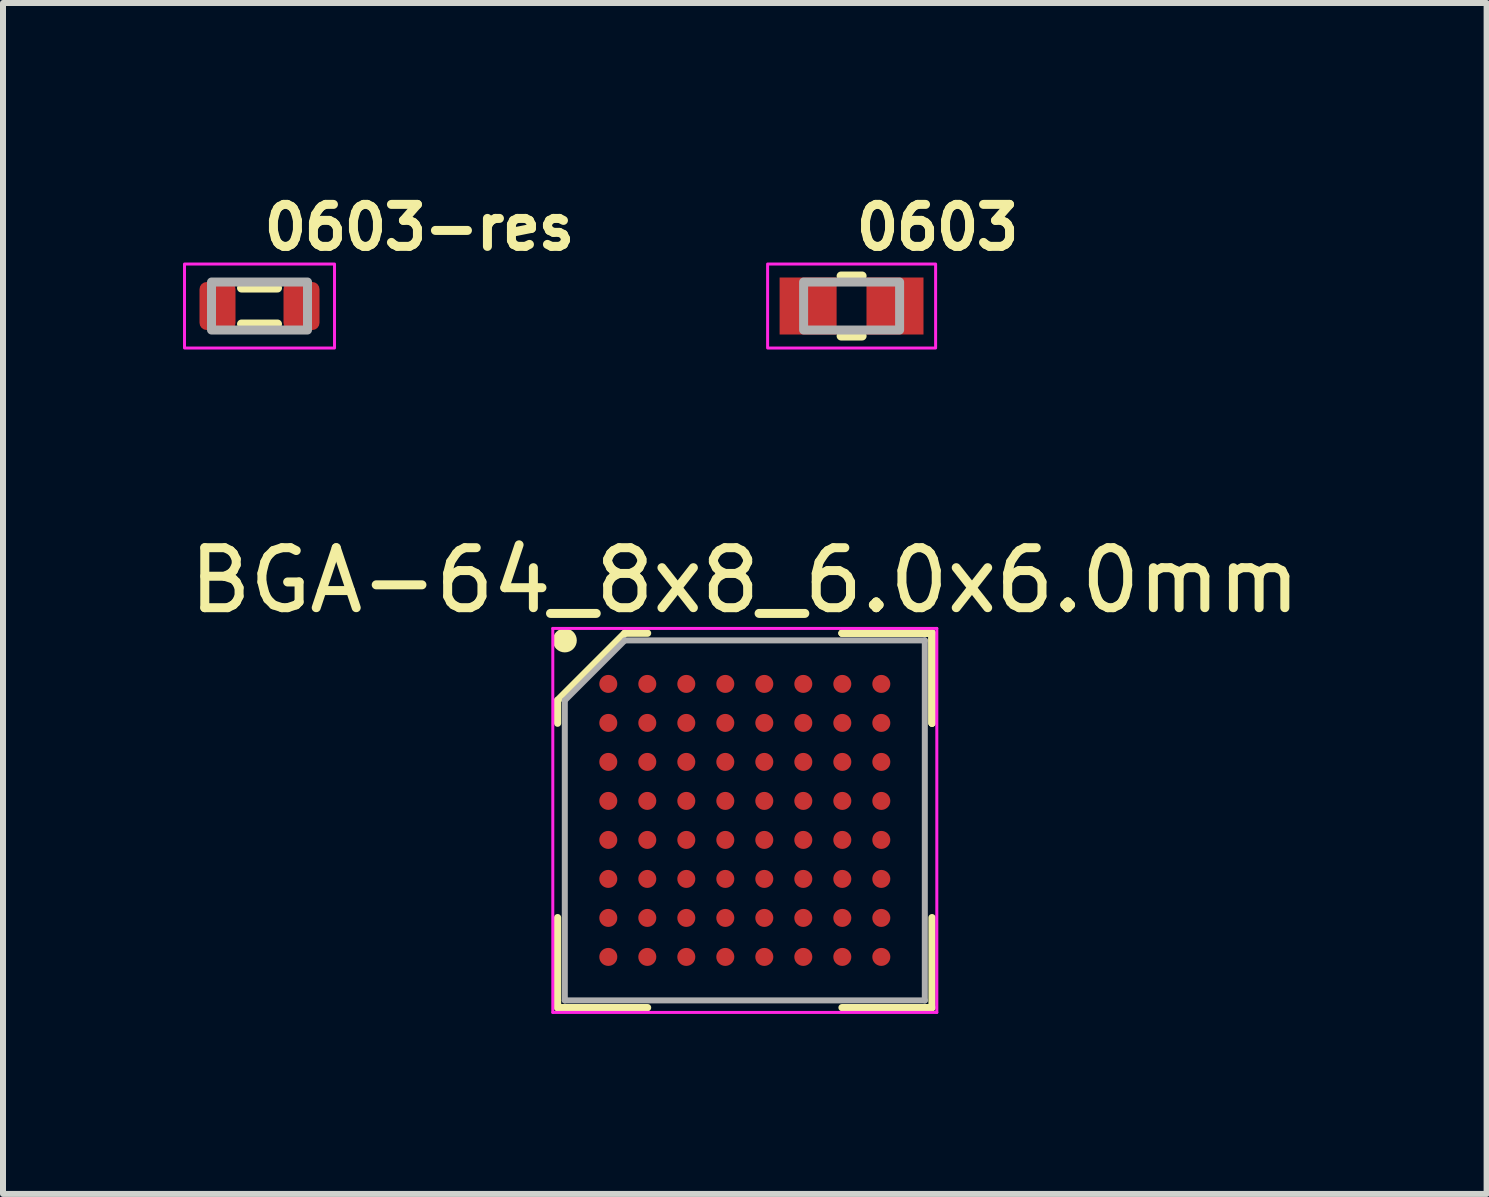
<source format=kicad_pcb>
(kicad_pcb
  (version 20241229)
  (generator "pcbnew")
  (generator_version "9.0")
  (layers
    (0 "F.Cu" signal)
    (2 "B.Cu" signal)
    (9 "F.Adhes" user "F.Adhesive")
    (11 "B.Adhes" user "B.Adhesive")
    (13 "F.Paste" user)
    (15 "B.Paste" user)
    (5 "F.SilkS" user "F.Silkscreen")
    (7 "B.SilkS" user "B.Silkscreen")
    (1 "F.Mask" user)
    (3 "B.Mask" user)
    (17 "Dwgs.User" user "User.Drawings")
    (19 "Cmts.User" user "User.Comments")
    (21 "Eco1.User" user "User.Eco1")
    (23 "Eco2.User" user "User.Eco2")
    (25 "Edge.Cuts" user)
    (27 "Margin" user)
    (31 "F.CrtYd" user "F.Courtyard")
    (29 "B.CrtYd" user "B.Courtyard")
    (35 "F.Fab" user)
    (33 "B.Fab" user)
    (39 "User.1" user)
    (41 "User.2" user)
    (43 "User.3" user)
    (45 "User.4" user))
  (footprint "0603"
    (layer "F.Cu")
    (at 11.143 2.05)
    (property "Reference" "0603" (at 0 -0.9 0) (layer "F.SilkS") (effects (font (size 0.7 0.7) (thickness 0.15)) (justify left bottom)))
    (attr smd)
    (fp_line (start -0.175 -0.5) (end 0.175 -0.5) (stroke (width 0.15) (type solid)) (layer "F.SilkS"))
    (fp_line (start -0.175 0.5) (end 0.175 0.5) (stroke (width 0.15) (type solid)) (layer "F.SilkS"))
    (fp_rect (start -1.4 -0.7) (end 1.4 0.7) (stroke (width 0.05) (type solid)) (fill no) (layer "F.CrtYd"))
    (fp_rect (start -0.8 -0.4) (end 0.8 0.4) (stroke (width 0.15) (type solid)) (fill no) (layer "F.Fab"))
    (fp_rect (start -0.8 -0.4) (end 0.8 0.4) (stroke (width 0.1) (type solid)) (fill no) (layer "User.5"))
    (fp_line (start -0.802 -0.398) (end -0.802 0.396) (stroke (width 0.02) (type solid)) (layer "User.9"))
    (fp_line (start -0.802 -0.398) (end -0.5 -0.398) (stroke (width 0.02) (type solid)) (layer "User.9"))
    (fp_line (start -0.5 -0.402) (end -0.5 0.4) (stroke (width 0.02) (type solid)) (layer "User.9"))
    (fp_line (start -0.5 -0.402) (end 0.498 -0.402) (stroke (width 0.02) (type solid)) (layer "User.9"))
    (fp_line (start -0.5 0.396) (end -0.802 0.396) (stroke (width 0.02) (type solid)) (layer "User.9"))
    (fp_line (start 0.498 -0.402) (end 0.498 0.4) (stroke (width 0.02) (type solid)) (layer "User.9"))
    (fp_line (start 0.498 -0.398) (end 0.8 -0.398) (stroke (width 0.02) (type solid)) (layer "User.9"))
    (fp_line (start 0.498 0.4) (end -0.5 0.4) (stroke (width 0.02) (type solid)) (layer "User.9"))
    (fp_line (start 0.8 -0.398) (end 0.8 0.396) (stroke (width 0.02) (type solid)) (layer "User.9"))
    (fp_line (start 0.8 0.396) (end 0.498 0.396) (stroke (width 0.02) (type solid)) (layer "User.9"))
    (pad "1" smd rect (at -0.725 0 90) (size 0.95 0.95) (layers "F.Cu" "F.Mask" "F.Paste"))
    (pad "2" smd rect (at 0.723 0 90) (size 0.95 0.95) (layers "F.Cu" "F.Mask" "F.Paste")))
  (footprint "BGA-64_8x8_6.0x6.0mm"
    (layer "F.Cu")
    (at 9.363 10.623)
    (property "Reference" "BGA-64_8x8_6.0x6.0mm" (at 0 -4 0) (layer "F.SilkS") (effects (font (size 1 1) (thickness 0.15))))
    (attr through_hole)
    (fp_line (start -3.12 -2) (end -3.12 -1.62) (stroke (width 0.12) (type solid)) (layer "F.SilkS"))
    (fp_line (start -3.12 3.12) (end -3.12 1.62) (stroke (width 0.12) (type solid)) (layer "F.SilkS"))
    (fp_line (start -2 -3.12) (end -3.12 -2) (stroke (width 0.12) (type solid)) (layer "F.SilkS"))
    (fp_line (start -1.62 -3.12) (end -2 -3.12) (stroke (width 0.12) (type solid)) (layer "F.SilkS"))
    (fp_line (start -1.62 3.12) (end -3.12 3.12) (stroke (width 0.12) (type solid)) (layer "F.SilkS"))
    (fp_line (start 1.62 -3.12) (end 3.12 -3.12) (stroke (width 0.12) (type solid)) (layer "F.SilkS"))
    (fp_line (start 1.62 -3.12) (end 3.12 -3.12) (stroke (width 0.12) (type solid)) (layer "F.SilkS"))
    (fp_line (start 1.62 -3.12) (end 3.12 -3.12) (stroke (width 0.12) (type solid)) (layer "F.SilkS"))
    (fp_line (start 1.62 3.12) (end 3.12 3.12) (stroke (width 0.12) (type solid)) (layer "F.SilkS"))
    (fp_line (start 3.12 -3.12) (end 3.12 -1.62) (stroke (width 0.12) (type solid)) (layer "F.SilkS"))
    (fp_line (start 3.12 -3.12) (end 3.12 -1.62) (stroke (width 0.12) (type solid)) (layer "F.SilkS"))
    (fp_line (start 3.12 -3.12) (end 3.12 -1.62) (stroke (width 0.12) (type solid)) (layer "F.SilkS"))
    (fp_line (start 3.12 3.12) (end 3.12 1.62) (stroke (width 0.12) (type solid)) (layer "F.SilkS"))
    (fp_circle (center -3 -3) (end -3 -2.9) (stroke (width 0.2) (type solid)) (fill no) (layer "F.SilkS"))
    (fp_line (start -3.2 -3.2) (end 3.2 -3.2) (stroke (width 0.05) (type solid)) (layer "F.CrtYd"))
    (fp_line (start -3.2 3.2) (end -3.2 -3.2) (stroke (width 0.05) (type solid)) (layer "F.CrtYd"))
    (fp_line (start 3.2 -3.2) (end 3.2 3.2) (stroke (width 0.05) (type solid)) (layer "F.CrtYd"))
    (fp_line (start 3.2 3.2) (end -3.2 3.2) (stroke (width 0.05) (type solid)) (layer "F.CrtYd"))
    (fp_line (start -3 -2) (end -3 3) (stroke (width 0.1) (type solid)) (layer "F.Fab"))
    (fp_line (start -3 3) (end 3 3) (stroke (width 0.1) (type solid)) (layer "F.Fab"))
    (fp_line (start -2 -3) (end -3 -2) (stroke (width 0.1) (type solid)) (layer "F.Fab"))
    (fp_line (start 3 -3) (end -2 -3) (stroke (width 0.1) (type solid)) (layer "F.Fab"))
    (fp_line (start 3 3) (end 3 -3) (stroke (width 0.1) (type solid)) (layer "F.Fab"))
    (pad "A1" smd circle (at -2.275 -2.275) (size 0.3 0.3) (layers "F.Cu" "F.Mask" "F.Paste"))
    (pad "A2" smd circle (at -1.625 -2.275) (size 0.3 0.3) (layers "F.Cu" "F.Mask" "F.Paste"))
    (pad "A3" smd circle (at -0.975 -2.275) (size 0.3 0.3) (layers "F.Cu" "F.Mask" "F.Paste"))
    (pad "A4" smd circle (at -0.325 -2.275) (size 0.3 0.3) (layers "F.Cu" "F.Mask" "F.Paste"))
    (pad "A5" smd circle (at 0.325 -2.275) (size 0.3 0.3) (layers "F.Cu" "F.Mask" "F.Paste"))
    (pad "A6" smd circle (at 0.975 -2.275) (size 0.3 0.3) (layers "F.Cu" "F.Mask" "F.Paste"))
    (pad "A7" smd circle (at 1.625 -2.275) (size 0.3 0.3) (layers "F.Cu" "F.Mask" "F.Paste"))
    (pad "A8" smd circle (at 2.275 -2.275) (size 0.3 0.3) (layers "F.Cu" "F.Mask" "F.Paste"))
    (pad "B1" smd circle (at -2.275 -1.625) (size 0.3 0.3) (layers "F.Cu" "F.Mask" "F.Paste"))
    (pad "B2" smd circle (at -1.625 -1.625) (size 0.3 0.3) (layers "F.Cu" "F.Mask" "F.Paste"))
    (pad "B3" smd circle (at -0.975 -1.625) (size 0.3 0.3) (layers "F.Cu" "F.Mask" "F.Paste"))
    (pad "B4" smd circle (at -0.325 -1.625) (size 0.3 0.3) (layers "F.Cu" "F.Mask" "F.Paste"))
    (pad "B5" smd circle (at 0.325 -1.625) (size 0.3 0.3) (layers "F.Cu" "F.Mask" "F.Paste"))
    (pad "B6" smd circle (at 0.975 -1.625) (size 0.3 0.3) (layers "F.Cu" "F.Mask" "F.Paste"))
    (pad "B7" smd circle (at 1.625 -1.625) (size 0.3 0.3) (layers "F.Cu" "F.Mask" "F.Paste"))
    (pad "B8" smd circle (at 2.275 -1.625) (size 0.3 0.3) (layers "F.Cu" "F.Mask" "F.Paste"))
    (pad "C1" smd circle (at -2.275 -0.975) (size 0.3 0.3) (layers "F.Cu" "F.Mask" "F.Paste"))
    (pad "C2" smd circle (at -1.625 -0.975) (size 0.3 0.3) (layers "F.Cu" "F.Mask" "F.Paste"))
    (pad "C3" smd circle (at -0.975 -0.975) (size 0.3 0.3) (layers "F.Cu" "F.Mask" "F.Paste"))
    (pad "C4" smd circle (at -0.325 -0.975) (size 0.3 0.3) (layers "F.Cu" "F.Mask" "F.Paste"))
    (pad "C5" smd circle (at 0.325 -0.975) (size 0.3 0.3) (layers "F.Cu" "F.Mask" "F.Paste"))
    (pad "C6" smd circle (at 0.975 -0.975) (size 0.3 0.3) (layers "F.Cu" "F.Mask" "F.Paste"))
    (pad "C7" smd circle (at 1.625 -0.975) (size 0.3 0.3) (layers "F.Cu" "F.Mask" "F.Paste"))
    (pad "C8" smd circle (at 2.275 -0.975) (size 0.3 0.3) (layers "F.Cu" "F.Mask" "F.Paste"))
    (pad "D1" smd circle (at -2.275 -0.325) (size 0.3 0.3) (layers "F.Cu" "F.Mask" "F.Paste"))
    (pad "D2" smd circle (at -1.625 -0.325) (size 0.3 0.3) (layers "F.Cu" "F.Mask" "F.Paste"))
    (pad "D3" smd circle (at -0.975 -0.325) (size 0.3 0.3) (layers "F.Cu" "F.Mask" "F.Paste"))
    (pad "D4" smd circle (at -0.325 -0.325) (size 0.3 0.3) (layers "F.Cu" "F.Mask" "F.Paste"))
    (pad "D5" smd circle (at 0.325 -0.325) (size 0.3 0.3) (layers "F.Cu" "F.Mask" "F.Paste"))
    (pad "D6" smd circle (at 0.975 -0.325) (size 0.3 0.3) (layers "F.Cu" "F.Mask" "F.Paste"))
    (pad "D7" smd circle (at 1.625 -0.325) (size 0.3 0.3) (layers "F.Cu" "F.Mask" "F.Paste"))
    (pad "D8" smd circle (at 2.275 -0.325) (size 0.3 0.3) (layers "F.Cu" "F.Mask" "F.Paste"))
    (pad "E1" smd circle (at -2.275 0.325) (size 0.3 0.3) (layers "F.Cu" "F.Mask" "F.Paste"))
    (pad "E2" smd circle (at -1.625 0.325) (size 0.3 0.3) (layers "F.Cu" "F.Mask" "F.Paste"))
    (pad "E3" smd circle (at -0.975 0.325) (size 0.3 0.3) (layers "F.Cu" "F.Mask" "F.Paste"))
    (pad "E4" smd circle (at -0.325 0.325) (size 0.3 0.3) (layers "F.Cu" "F.Mask" "F.Paste"))
    (pad "E5" smd circle (at 0.325 0.325) (size 0.3 0.3) (layers "F.Cu" "F.Mask" "F.Paste"))
    (pad "E6" smd circle (at 0.975 0.325) (size 0.3 0.3) (layers "F.Cu" "F.Mask" "F.Paste"))
    (pad "E7" smd circle (at 1.625 0.325) (size 0.3 0.3) (layers "F.Cu" "F.Mask" "F.Paste"))
    (pad "E8" smd circle (at 2.275 0.325) (size 0.3 0.3) (layers "F.Cu" "F.Mask" "F.Paste"))
    (pad "F1" smd circle (at -2.275 0.975) (size 0.3 0.3) (layers "F.Cu" "F.Mask" "F.Paste"))
    (pad "F2" smd circle (at -1.625 0.975) (size 0.3 0.3) (layers "F.Cu" "F.Mask" "F.Paste"))
    (pad "F3" smd circle (at -0.975 0.975) (size 0.3 0.3) (layers "F.Cu" "F.Mask" "F.Paste"))
    (pad "F4" smd circle (at -0.325 0.975) (size 0.3 0.3) (layers "F.Cu" "F.Mask" "F.Paste"))
    (pad "F5" smd circle (at 0.325 0.975) (size 0.3 0.3) (layers "F.Cu" "F.Mask" "F.Paste"))
    (pad "F6" smd circle (at 0.975 0.975) (size 0.3 0.3) (layers "F.Cu" "F.Mask" "F.Paste"))
    (pad "F7" smd circle (at 1.625 0.975) (size 0.3 0.3) (layers "F.Cu" "F.Mask" "F.Paste"))
    (pad "F8" smd circle (at 2.275 0.975) (size 0.3 0.3) (layers "F.Cu" "F.Mask" "F.Paste"))
    (pad "G1" smd circle (at -2.275 1.625) (size 0.3 0.3) (layers "F.Cu" "F.Mask" "F.Paste"))
    (pad "G2" smd circle (at -1.625 1.625) (size 0.3 0.3) (layers "F.Cu" "F.Mask" "F.Paste"))
    (pad "G3" smd circle (at -0.975 1.625) (size 0.3 0.3) (layers "F.Cu" "F.Mask" "F.Paste"))
    (pad "G4" smd circle (at -0.325 1.625) (size 0.3 0.3) (layers "F.Cu" "F.Mask" "F.Paste"))
    (pad "G5" smd circle (at 0.325 1.625) (size 0.3 0.3) (layers "F.Cu" "F.Mask" "F.Paste"))
    (pad "G6" smd circle (at 0.975 1.625) (size 0.3 0.3) (layers "F.Cu" "F.Mask" "F.Paste"))
    (pad "G7" smd circle (at 1.625 1.625) (size 0.3 0.3) (layers "F.Cu" "F.Mask" "F.Paste"))
    (pad "G8" smd circle (at 2.275 1.625) (size 0.3 0.3) (layers "F.Cu" "F.Mask" "F.Paste"))
    (pad "H1" smd circle (at -2.275 2.275) (size 0.3 0.3) (layers "F.Cu" "F.Mask" "F.Paste"))
    (pad "H2" smd circle (at -1.625 2.275) (size 0.3 0.3) (layers "F.Cu" "F.Mask" "F.Paste"))
    (pad "H3" smd circle (at -0.975 2.275) (size 0.3 0.3) (layers "F.Cu" "F.Mask" "F.Paste"))
    (pad "H4" smd circle (at -0.325 2.275) (size 0.3 0.3) (layers "F.Cu" "F.Mask" "F.Paste"))
    (pad "H5" smd circle (at 0.325 2.275) (size 0.3 0.3) (layers "F.Cu" "F.Mask" "F.Paste"))
    (pad "H6" smd circle (at 0.975 2.275) (size 0.3 0.3) (layers "F.Cu" "F.Mask" "F.Paste"))
    (pad "H7" smd circle (at 1.625 2.275) (size 0.3 0.3) (layers "F.Cu" "F.Mask" "F.Paste"))
    (pad "H8" smd circle (at 2.275 2.275) (size 0.3 0.3) (layers "F.Cu" "F.Mask" "F.Paste")))
  (footprint "0603-res"
    (layer "F.Cu")
    (at 1.275 2.05)
    (property "Reference" "0603-res" (at 0 -0.9 0) (layer "F.SilkS") (effects (font (size 0.7 0.7) (thickness 0.15)) (justify left bottom)))
    (attr smd)
    (fp_line (start -0.3 -0.3) (end 0.3 -0.3) (stroke (width 0.15) (type solid)) (layer "F.SilkS"))
    (fp_line (start -0.3 0.3) (end 0.3 0.3) (stroke (width 0.15) (type solid)) (layer "F.SilkS"))
    (fp_rect (start -1.25 -0.7) (end 1.25 0.7) (stroke (width 0.05) (type solid)) (fill no) (layer "F.CrtYd"))
    (fp_rect (start -0.8 -0.4) (end 0.8 0.4) (stroke (width 0.15) (type solid)) (fill no) (layer "F.Fab"))
    (fp_rect (start -0.8 -0.4) (end 0.8 0.4) (stroke (width 0.1) (type solid)) (fill no) (layer "User.5"))
    (fp_line (start -0.802 -0.398) (end -0.802 0.396) (stroke (width 0.02) (type solid)) (layer "User.9"))
    (fp_line (start -0.802 -0.398) (end -0.5 -0.398) (stroke (width 0.02) (type solid)) (layer "User.9"))
    (fp_line (start -0.5 -0.402) (end -0.5 0.4) (stroke (width 0.02) (type solid)) (layer "User.9"))
    (fp_line (start -0.5 -0.402) (end 0.498 -0.402) (stroke (width 0.02) (type solid)) (layer "User.9"))
    (fp_line (start -0.5 0.396) (end -0.802 0.396) (stroke (width 0.02) (type solid)) (layer "User.9"))
    (fp_line (start 0.498 -0.402) (end 0.498 0.4) (stroke (width 0.02) (type solid)) (layer "User.9"))
    (fp_line (start 0.498 -0.398) (end 0.8 -0.398) (stroke (width 0.02) (type solid)) (layer "User.9"))
    (fp_line (start 0.498 0.4) (end -0.5 0.4) (stroke (width 0.02) (type solid)) (layer "User.9"))
    (fp_line (start 0.8 -0.398) (end 0.8 0.396) (stroke (width 0.02) (type solid)) (layer "User.9"))
    (fp_line (start 0.8 0.396) (end 0.498 0.396) (stroke (width 0.02) (type solid)) (layer "User.9"))
    (pad "1" smd roundrect (at -0.7 0) (size 0.6 0.8) (layers "F.Cu" "F.Mask" "F.Paste") (roundrect_rratio 0.2))
    (pad "2" smd roundrect (at 0.7 0) (size 0.6 0.8) (layers "F.Cu" "F.Mask" "F.Paste") (roundrect_rratio 0.2)))
  (gr_rect
    (start -3 -3)
    (end 21.726 16.848)
    (stroke (width 0.1) (type default))
    (fill no)
    (layer "Edge.Cuts")))
</source>
